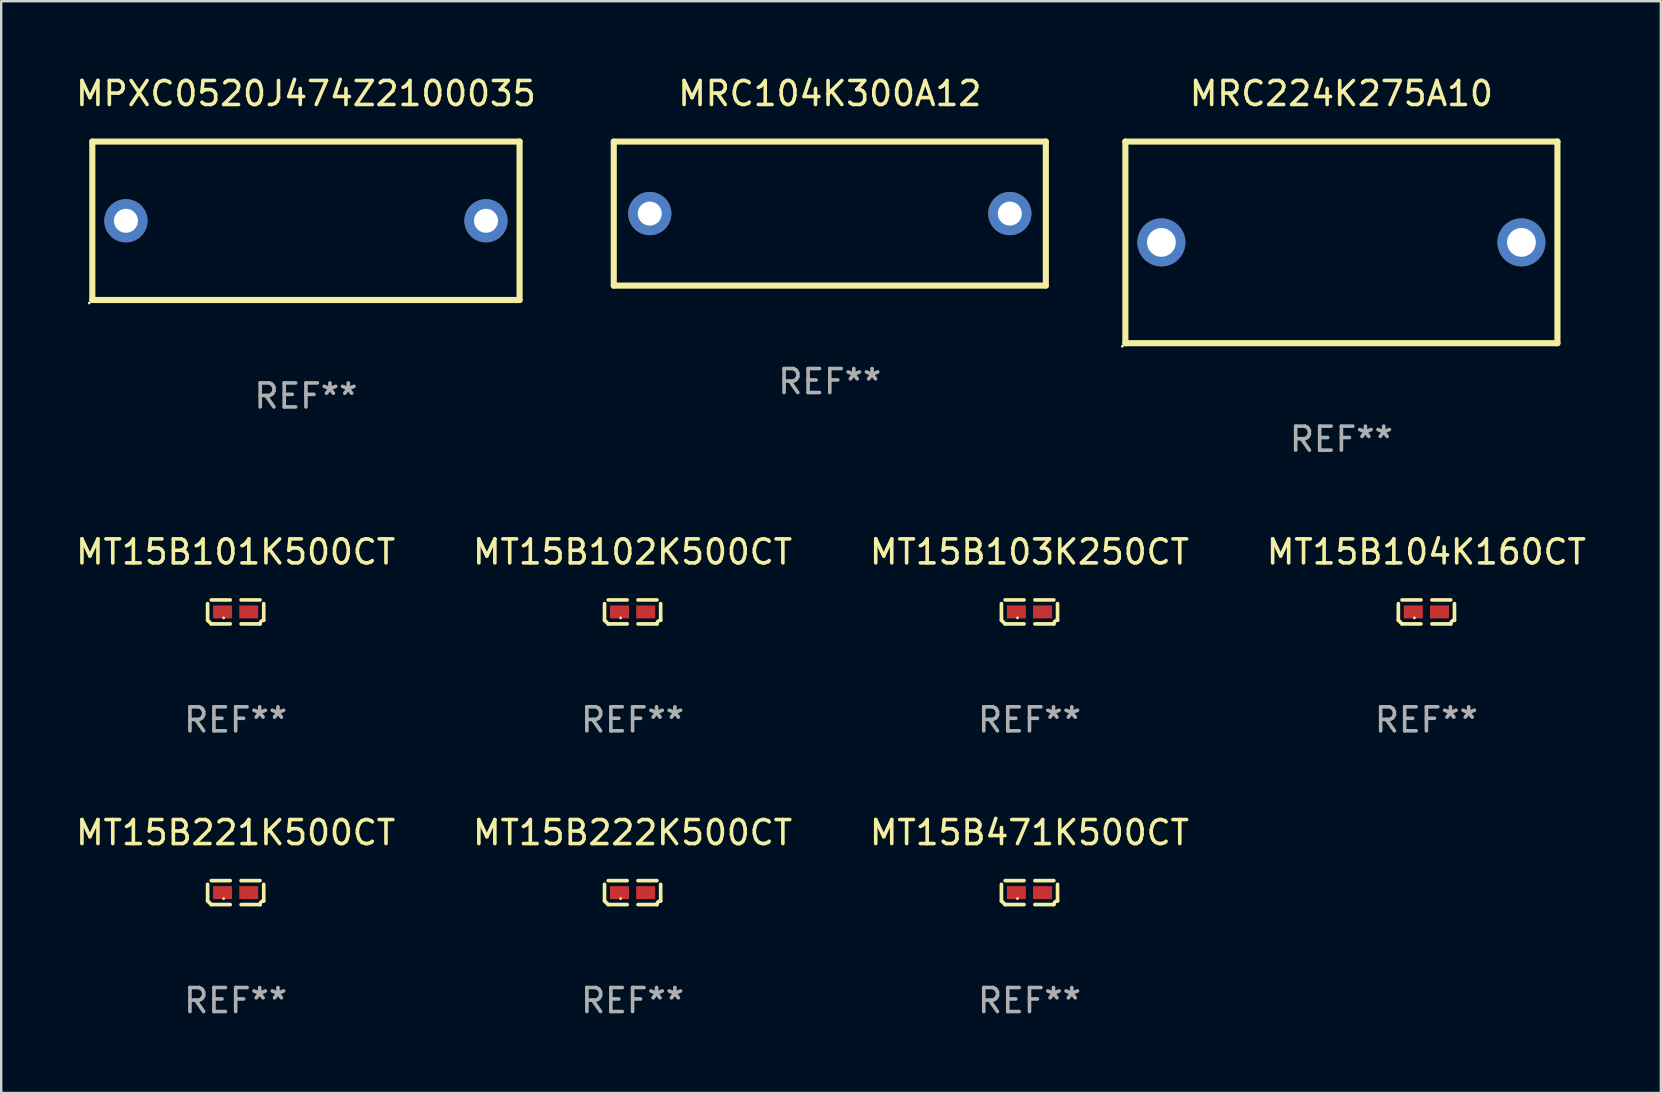
<source format=kicad_pcb>
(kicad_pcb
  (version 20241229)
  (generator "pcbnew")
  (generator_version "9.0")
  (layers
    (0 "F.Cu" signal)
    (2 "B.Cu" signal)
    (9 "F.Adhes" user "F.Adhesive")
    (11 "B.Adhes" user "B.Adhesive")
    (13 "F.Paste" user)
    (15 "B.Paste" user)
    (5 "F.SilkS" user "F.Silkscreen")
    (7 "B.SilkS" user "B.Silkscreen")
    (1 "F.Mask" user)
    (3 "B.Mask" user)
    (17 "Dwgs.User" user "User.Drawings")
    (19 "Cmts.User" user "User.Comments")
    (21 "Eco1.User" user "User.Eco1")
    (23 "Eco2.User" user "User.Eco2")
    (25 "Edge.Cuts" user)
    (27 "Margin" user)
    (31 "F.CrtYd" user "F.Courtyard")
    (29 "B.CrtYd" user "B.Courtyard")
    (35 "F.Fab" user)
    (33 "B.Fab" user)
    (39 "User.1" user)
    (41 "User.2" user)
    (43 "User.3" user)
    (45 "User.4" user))
  (footprint "MT15B103K250CT"
    (layer "F.Cu")
    (at 39.839 22.443)
    (property "Reference" "MT15B103K250CT" (at 0 -2.499 0) (layer "F.SilkS") (effects (font (size 1 1) (thickness 0.15))))
    (attr through_hole)
    (fp_line (start -1.169 0.346) (end -1.169 -0.346) (stroke (width 0.152) (type solid)) (layer "F.SilkS"))
    (fp_line (start -1.016 -0.499) (end -0.226 -0.499) (stroke (width 0.152) (type solid)) (layer "F.SilkS"))
    (fp_line (start -0.226 0.499) (end -1.016 0.499) (stroke (width 0.152) (type solid)) (layer "F.SilkS"))
    (fp_line (start 0.226 0.499) (end 1.016 0.499) (stroke (width 0.152) (type solid)) (layer "F.SilkS"))
    (fp_line (start 1.016 -0.499) (end 0.226 -0.499) (stroke (width 0.152) (type solid)) (layer "F.SilkS"))
    (fp_line (start 1.169 0.346) (end 1.169 -0.346) (stroke (width 0.152) (type solid)) (layer "F.SilkS"))
    (fp_arc (start -1.016307 0.498603) (mid -1.092512 0.422405) (end -1.16871 0.3462) (stroke (width 0.1524) (type solid)) (layer "F.SilkS"))
    (fp_arc (start 1.016307 0.498603) (mid 1.060899 0.390758) (end 1.168707 0.346076) (stroke (width 0.1524) (type solid)) (layer "F.SilkS"))
    (fp_circle (center -0.5 0.25) (end -0.47 0.25) (stroke (width 0.06) (type solid)) (fill no) (layer "F.SilkS"))
    (fp_text user "REF**" (at 0 4.499 0) (layer "F.Fab") (effects (font (size 1 1) (thickness 0.15))))
    (pad "1" smd rect (at -0.545 0) (size 0.79 0.54) (layers "F.Cu" "F.Mask" "F.Paste"))
    (pad "2" smd rect (at 0.545 0) (size 0.79 0.54) (layers "F.Cu" "F.Mask" "F.Paste")))
  (footprint "MT15B471K500CT"
    (layer "F.Cu")
    (at 39.839 34.137)
    (property "Reference" "MT15B471K500CT" (at 0 -2.499 0) (layer "F.SilkS") (effects (font (size 1 1) (thickness 0.15))))
    (attr through_hole)
    (fp_line (start -1.169 0.346) (end -1.169 -0.346) (stroke (width 0.152) (type solid)) (layer "F.SilkS"))
    (fp_line (start -1.016 -0.499) (end -0.226 -0.499) (stroke (width 0.152) (type solid)) (layer "F.SilkS"))
    (fp_line (start -0.226 0.499) (end -1.016 0.499) (stroke (width 0.152) (type solid)) (layer "F.SilkS"))
    (fp_line (start 0.226 0.499) (end 1.016 0.499) (stroke (width 0.152) (type solid)) (layer "F.SilkS"))
    (fp_line (start 1.016 -0.499) (end 0.226 -0.499) (stroke (width 0.152) (type solid)) (layer "F.SilkS"))
    (fp_line (start 1.169 0.346) (end 1.169 -0.346) (stroke (width 0.152) (type solid)) (layer "F.SilkS"))
    (fp_arc (start -1.016307 0.498603) (mid -1.092512 0.422405) (end -1.16871 0.3462) (stroke (width 0.1524) (type solid)) (layer "F.SilkS"))
    (fp_arc (start 1.016307 0.498603) (mid 1.060899 0.390758) (end 1.168707 0.346076) (stroke (width 0.1524) (type solid)) (layer "F.SilkS"))
    (fp_circle (center -0.5 0.25) (end -0.47 0.25) (stroke (width 0.06) (type solid)) (fill no) (layer "F.SilkS"))
    (fp_text user "REF**" (at 0 4.499 0) (layer "F.Fab") (effects (font (size 1 1) (thickness 0.15))))
    (pad "1" smd rect (at -0.545 0) (size 0.79 0.54) (layers "F.Cu" "F.Mask" "F.Paste"))
    (pad "2" smd rect (at 0.545 0) (size 0.79 0.54) (layers "F.Cu" "F.Mask" "F.Paste")))
  (footprint "MRC224K275A10"
    (layer "F.Cu")
    (at 52.834 7.048)
    (property "Reference" "MRC224K275A10" (at 0 -6.2 0) (layer "F.SilkS") (effects (font (size 1 1) (thickness 0.15))))
    (attr through_hole)
    (fp_line (start -9 -4.2) (end 9 -4.2) (stroke (width 0.254) (type solid)) (layer "F.SilkS"))
    (fp_line (start -9 4.2) (end -9 -4.2) (stroke (width 0.254) (type solid)) (layer "F.SilkS"))
    (fp_line (start 9 -4.2) (end 9 4.2) (stroke (width 0.254) (type solid)) (layer "F.SilkS"))
    (fp_line (start 9 4.2) (end -9 4.2) (stroke (width 0.254) (type solid)) (layer "F.SilkS"))
    (fp_circle (center -9.127 4.327) (end -9.097 4.327) (stroke (width 0.06) (type solid)) (fill no) (layer "F.SilkS"))
    (fp_text user "REF**" (at 0 8.2 0) (layer "F.Fab") (effects (font (size 1 1) (thickness 0.15))))
    (pad "1" thru_hole circle (at -7.5 0) (size 2 2) (drill 1.2) (layers "*.Cu" "*.Mask"))
    (pad "2" thru_hole circle (at 7.5 0) (size 2 2) (drill 1.2) (layers "*.Cu" "*.Mask")))
  (footprint "MT15B104K160CT"
    (layer "F.Cu")
    (at 56.375 22.443)
    (property "Reference" "MT15B104K160CT" (at 0 -2.499 0) (layer "F.SilkS") (effects (font (size 1 1) (thickness 0.15))))
    (attr through_hole)
    (fp_line (start -1.169 0.346) (end -1.169 -0.346) (stroke (width 0.152) (type solid)) (layer "F.SilkS"))
    (fp_line (start -1.016 -0.499) (end -0.226 -0.499) (stroke (width 0.152) (type solid)) (layer "F.SilkS"))
    (fp_line (start -0.226 0.499) (end -1.016 0.499) (stroke (width 0.152) (type solid)) (layer "F.SilkS"))
    (fp_line (start 0.226 0.499) (end 1.016 0.499) (stroke (width 0.152) (type solid)) (layer "F.SilkS"))
    (fp_line (start 1.016 -0.499) (end 0.226 -0.499) (stroke (width 0.152) (type solid)) (layer "F.SilkS"))
    (fp_line (start 1.169 0.346) (end 1.169 -0.346) (stroke (width 0.152) (type solid)) (layer "F.SilkS"))
    (fp_arc (start -1.016307 0.498603) (mid -1.092512 0.422405) (end -1.16871 0.3462) (stroke (width 0.1524) (type solid)) (layer "F.SilkS"))
    (fp_arc (start 1.016307 0.498603) (mid 1.060899 0.390758) (end 1.168707 0.346076) (stroke (width 0.1524) (type solid)) (layer "F.SilkS"))
    (fp_circle (center -0.5 0.25) (end -0.47 0.25) (stroke (width 0.06) (type solid)) (fill no) (layer "F.SilkS"))
    (fp_text user "REF**" (at 0 4.499 0) (layer "F.Fab") (effects (font (size 1 1) (thickness 0.15))))
    (pad "1" smd rect (at -0.545 0) (size 0.79 0.54) (layers "F.Cu" "F.Mask" "F.Paste"))
    (pad "2" smd rect (at 0.545 0) (size 0.79 0.54) (layers "F.Cu" "F.Mask" "F.Paste")))
  (footprint "MPXC0520J474Z2100035"
    (layer "F.Cu")
    (at 9.696 6.148)
    (property "Reference" "MPXC0520J474Z2100035" (at 0 -5.3 0) (layer "F.SilkS") (effects (font (size 1 1) (thickness 0.15))))
    (attr through_hole)
    (fp_line (start -8.9 -3.3) (end -8.9 3.3) (stroke (width 0.254) (type solid)) (layer "F.SilkS"))
    (fp_line (start -8.9 -3.3) (end 8.9 -3.3) (stroke (width 0.254) (type solid)) (layer "F.SilkS"))
    (fp_line (start -8.9 3.3) (end 8.9 3.3) (stroke (width 0.254) (type solid)) (layer "F.SilkS"))
    (fp_line (start 8.9 -3.3) (end 8.9 3.3) (stroke (width 0.254) (type solid)) (layer "F.SilkS"))
    (fp_circle (center -9.027 3.427) (end -8.997 3.427) (stroke (width 0.06) (type solid)) (fill no) (layer "F.SilkS"))
    (fp_text user "REF**" (at 0 7.3 0) (layer "F.Fab") (effects (font (size 1 1) (thickness 0.15))))
    (pad "1" thru_hole circle (at -7.5 0) (size 1.8 1.8) (drill 1) (layers "*.Cu" "*.Mask"))
    (pad "2" thru_hole circle (at 7.5 0) (size 1.8 1.8) (drill 1) (layers "*.Cu" "*.Mask")))
  (footprint "MRC104K300A12"
    (layer "F.Cu")
    (at 31.52 5.848)
    (property "Reference" "MRC104K300A12" (at 0 -5 0) (layer "F.SilkS") (effects (font (size 1 1) (thickness 0.15))))
    (attr through_hole)
    (fp_line (start -9 -3) (end 9 -3) (stroke (width 0.254) (type solid)) (layer "F.SilkS"))
    (fp_line (start -9 3) (end -9 -3) (stroke (width 0.254) (type solid)) (layer "F.SilkS"))
    (fp_line (start 9 -3) (end 9 3) (stroke (width 0.254) (type solid)) (layer "F.SilkS"))
    (fp_line (start 9 3) (end -9 3) (stroke (width 0.254) (type solid)) (layer "F.SilkS"))
    (fp_circle (center -9 3) (end -8.97 3) (stroke (width 0.06) (type solid)) (fill no) (layer "F.SilkS"))
    (fp_text user "REF**" (at 0 7 0) (layer "F.Fab") (effects (font (size 1 1) (thickness 0.15))))
    (pad "1" thru_hole circle (at -7.5 0) (size 1.8 1.8) (drill 1) (layers "*.Cu" "*.Mask"))
    (pad "2" thru_hole circle (at 7.5 0) (size 1.8 1.8) (drill 1) (layers "*.Cu" "*.Mask")))
  (footprint "MT15B102K500CT"
    (layer "F.Cu")
    (at 23.304 22.443)
    (property "Reference" "MT15B102K500CT" (at 0 -2.499 0) (layer "F.SilkS") (effects (font (size 1 1) (thickness 0.15))))
    (attr through_hole)
    (fp_line (start -1.169 0.346) (end -1.169 -0.346) (stroke (width 0.152) (type solid)) (layer "F.SilkS"))
    (fp_line (start -1.016 -0.499) (end -0.226 -0.499) (stroke (width 0.152) (type solid)) (layer "F.SilkS"))
    (fp_line (start -0.226 0.499) (end -1.016 0.499) (stroke (width 0.152) (type solid)) (layer "F.SilkS"))
    (fp_line (start 0.226 0.499) (end 1.016 0.499) (stroke (width 0.152) (type solid)) (layer "F.SilkS"))
    (fp_line (start 1.016 -0.499) (end 0.226 -0.499) (stroke (width 0.152) (type solid)) (layer "F.SilkS"))
    (fp_line (start 1.169 0.346) (end 1.169 -0.346) (stroke (width 0.152) (type solid)) (layer "F.SilkS"))
    (fp_arc (start -1.016307 0.498603) (mid -1.092512 0.422405) (end -1.16871 0.3462) (stroke (width 0.1524) (type solid)) (layer "F.SilkS"))
    (fp_arc (start 1.016307 0.498603) (mid 1.060899 0.390758) (end 1.168707 0.346076) (stroke (width 0.1524) (type solid)) (layer "F.SilkS"))
    (fp_circle (center -0.5 0.25) (end -0.47 0.25) (stroke (width 0.06) (type solid)) (fill no) (layer "F.SilkS"))
    (fp_text user "REF**" (at 0 4.499 0) (layer "F.Fab") (effects (font (size 1 1) (thickness 0.15))))
    (pad "1" smd rect (at -0.545 0) (size 0.79 0.54) (layers "F.Cu" "F.Mask" "F.Paste"))
    (pad "2" smd rect (at 0.545 0) (size 0.79 0.54) (layers "F.Cu" "F.Mask" "F.Paste")))
  (footprint "MT15B222K500CT"
    (layer "F.Cu")
    (at 23.304 34.137)
    (property "Reference" "MT15B222K500CT" (at 0 -2.499 0) (layer "F.SilkS") (effects (font (size 1 1) (thickness 0.15))))
    (attr through_hole)
    (fp_line (start -1.169 0.346) (end -1.169 -0.346) (stroke (width 0.152) (type solid)) (layer "F.SilkS"))
    (fp_line (start -1.016 -0.499) (end -0.226 -0.499) (stroke (width 0.152) (type solid)) (layer "F.SilkS"))
    (fp_line (start -0.226 0.499) (end -1.016 0.499) (stroke (width 0.152) (type solid)) (layer "F.SilkS"))
    (fp_line (start 0.226 0.499) (end 1.016 0.499) (stroke (width 0.152) (type solid)) (layer "F.SilkS"))
    (fp_line (start 1.016 -0.499) (end 0.226 -0.499) (stroke (width 0.152) (type solid)) (layer "F.SilkS"))
    (fp_line (start 1.169 0.346) (end 1.169 -0.346) (stroke (width 0.152) (type solid)) (layer "F.SilkS"))
    (fp_arc (start -1.016307 0.498603) (mid -1.092512 0.422405) (end -1.16871 0.3462) (stroke (width 0.1524) (type solid)) (layer "F.SilkS"))
    (fp_arc (start 1.016307 0.498603) (mid 1.060899 0.390758) (end 1.168707 0.346076) (stroke (width 0.1524) (type solid)) (layer "F.SilkS"))
    (fp_circle (center -0.5 0.25) (end -0.47 0.25) (stroke (width 0.06) (type solid)) (fill no) (layer "F.SilkS"))
    (fp_text user "REF**" (at 0 4.499 0) (layer "F.Fab") (effects (font (size 1 1) (thickness 0.15))))
    (pad "1" smd rect (at -0.545 0) (size 0.79 0.54) (layers "F.Cu" "F.Mask" "F.Paste"))
    (pad "2" smd rect (at 0.545 0) (size 0.79 0.54) (layers "F.Cu" "F.Mask" "F.Paste")))
  (footprint "MT15B101K500CT"
    (layer "F.Cu")
    (at 6.768 22.443)
    (property "Reference" "MT15B101K500CT" (at 0 -2.499 0) (layer "F.SilkS") (effects (font (size 1 1) (thickness 0.15))))
    (attr through_hole)
    (fp_line (start -1.169 0.346) (end -1.169 -0.346) (stroke (width 0.152) (type solid)) (layer "F.SilkS"))
    (fp_line (start -1.016 -0.499) (end -0.226 -0.499) (stroke (width 0.152) (type solid)) (layer "F.SilkS"))
    (fp_line (start -0.226 0.499) (end -1.016 0.499) (stroke (width 0.152) (type solid)) (layer "F.SilkS"))
    (fp_line (start 0.226 0.499) (end 1.016 0.499) (stroke (width 0.152) (type solid)) (layer "F.SilkS"))
    (fp_line (start 1.016 -0.499) (end 0.226 -0.499) (stroke (width 0.152) (type solid)) (layer "F.SilkS"))
    (fp_line (start 1.169 0.346) (end 1.169 -0.346) (stroke (width 0.152) (type solid)) (layer "F.SilkS"))
    (fp_arc (start -1.016307 0.498603) (mid -1.092512 0.422405) (end -1.16871 0.3462) (stroke (width 0.1524) (type solid)) (layer "F.SilkS"))
    (fp_arc (start 1.016307 0.498603) (mid 1.060899 0.390758) (end 1.168707 0.346076) (stroke (width 0.1524) (type solid)) (layer "F.SilkS"))
    (fp_circle (center -0.5 0.25) (end -0.47 0.25) (stroke (width 0.06) (type solid)) (fill no) (layer "F.SilkS"))
    (fp_text user "REF**" (at 0 4.499 0) (layer "F.Fab") (effects (font (size 1 1) (thickness 0.15))))
    (pad "1" smd rect (at -0.545 0) (size 0.79 0.54) (layers "F.Cu" "F.Mask" "F.Paste"))
    (pad "2" smd rect (at 0.545 0) (size 0.79 0.54) (layers "F.Cu" "F.Mask" "F.Paste")))
  (footprint "MT15B221K500CT"
    (layer "F.Cu")
    (at 6.768 34.137)
    (property "Reference" "MT15B221K500CT" (at 0 -2.499 0) (layer "F.SilkS") (effects (font (size 1 1) (thickness 0.15))))
    (attr through_hole)
    (fp_line (start -1.169 0.346) (end -1.169 -0.346) (stroke (width 0.152) (type solid)) (layer "F.SilkS"))
    (fp_line (start -1.016 -0.499) (end -0.226 -0.499) (stroke (width 0.152) (type solid)) (layer "F.SilkS"))
    (fp_line (start -0.226 0.499) (end -1.016 0.499) (stroke (width 0.152) (type solid)) (layer "F.SilkS"))
    (fp_line (start 0.226 0.499) (end 1.016 0.499) (stroke (width 0.152) (type solid)) (layer "F.SilkS"))
    (fp_line (start 1.016 -0.499) (end 0.226 -0.499) (stroke (width 0.152) (type solid)) (layer "F.SilkS"))
    (fp_line (start 1.169 0.346) (end 1.169 -0.346) (stroke (width 0.152) (type solid)) (layer "F.SilkS"))
    (fp_arc (start -1.016307 0.498603) (mid -1.092512 0.422405) (end -1.16871 0.3462) (stroke (width 0.1524) (type solid)) (layer "F.SilkS"))
    (fp_arc (start 1.016307 0.498603) (mid 1.060899 0.390758) (end 1.168707 0.346076) (stroke (width 0.1524) (type solid)) (layer "F.SilkS"))
    (fp_circle (center -0.5 0.25) (end -0.47 0.25) (stroke (width 0.06) (type solid)) (fill no) (layer "F.SilkS"))
    (fp_text user "REF**" (at 0 4.499 0) (layer "F.Fab") (effects (font (size 1 1) (thickness 0.15))))
    (pad "1" smd rect (at -0.545 0) (size 0.79 0.54) (layers "F.Cu" "F.Mask" "F.Paste"))
    (pad "2" smd rect (at 0.545 0) (size 0.79 0.54) (layers "F.Cu" "F.Mask" "F.Paste")))
  (gr_rect
    (start -3 -3)
    (end 66.143 42.484)
    (stroke (width 0.1) (type default))
    (fill no)
    (layer "Edge.Cuts")))
</source>
